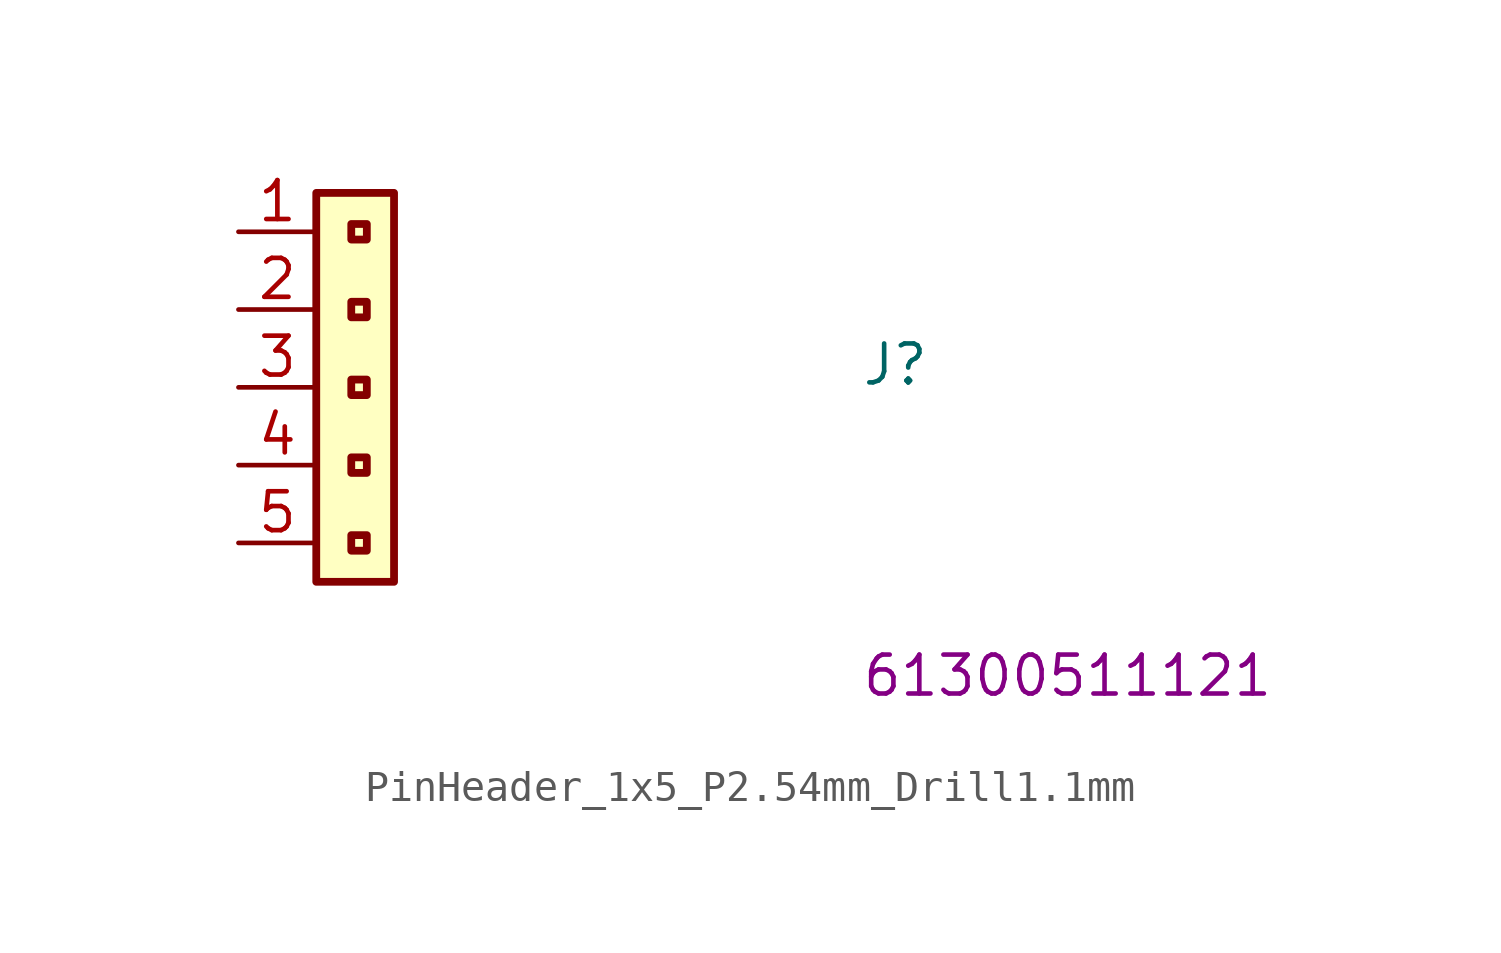
<source format=kicad_sym>
(kicad_symbol_lib
  (version 20220914)
  (generator kicad_symbol_editor)
  (symbol "PinHeader_1x5_P2.54mm_Drill1.1mm"
    (property "Reference" "J"
      (at 20.32 -5.08 0)
      (effects (font (size 1.27 1.27) (thickness 0.15)) (justify left bottom)))
    (property "MPN" "61300511121"
      (at 20.32 -15.24 0)
      (effects (font (size 1.27 1.27) (thickness 0.15)) (justify left bottom)))
    (symbol "PinHeader_1x5_P2.54mm_Drill1.1mm_1_1"
      (rectangle (start 2.54 1.27) (end 5.08 -11.43) (stroke (width 0.254) (type default)) (fill (type background)))
      (rectangle (start 4.191 -10.414) (end 3.683 -9.906) (stroke (width 0.254) (type default)) (fill (type none)))
      (rectangle (start 4.191 -7.874) (end 3.683 -7.366) (stroke (width 0.254) (type default)) (fill (type none)))
      (rectangle (start 4.191 -5.334) (end 3.683 -4.826) (stroke (width 0.254) (type default)) (fill (type none)))
      (rectangle (start 4.191 -2.794) (end 3.683 -2.286) (stroke (width 0.254) (type default)) (fill (type none)))
      (rectangle (start 4.191 -0.254) (end 3.683 0.254) (stroke (width 0.254) (type default)) (fill (type none)))
      (pin passive line (at 0 0 0) (length 2.54) (name "~" (effects (font (size 1.27 1.27)))) (number "1" (effects (font (size 1.27 1.27)))))
      (pin passive line (at 0 -2.54 0) (length 2.54) (name "~" (effects (font (size 1.27 1.27)))) (number "2" (effects (font (size 1.27 1.27)))))
      (pin passive line (at 0 -5.08 0) (length 2.54) (name "~" (effects (font (size 1.27 1.27)))) (number "3" (effects (font (size 1.27 1.27)))))
      (pin passive line (at 0 -7.62 0) (length 2.54) (name "~" (effects (font (size 1.27 1.27)))) (number "4" (effects (font (size 1.27 1.27)))))
      (pin passive line (at 0 -10.16 0) (length 2.54) (name "~" (effects (font (size 1.27 1.27)))) (number "5" (effects (font (size 1.27 1.27))))))))
</source>
